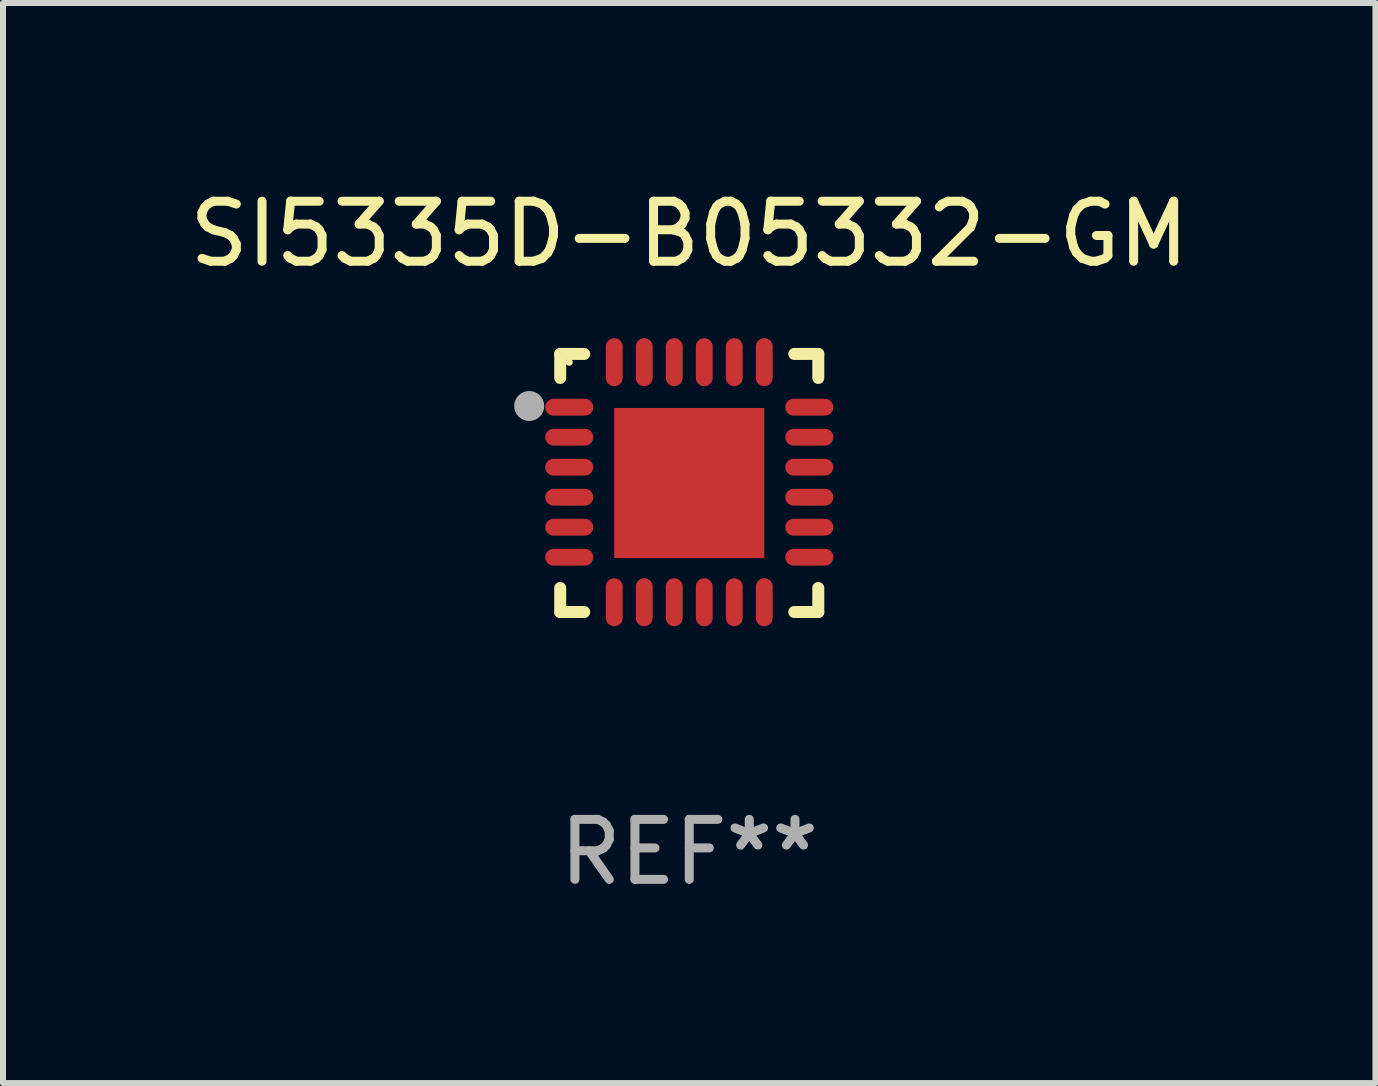
<source format=kicad_pcb>
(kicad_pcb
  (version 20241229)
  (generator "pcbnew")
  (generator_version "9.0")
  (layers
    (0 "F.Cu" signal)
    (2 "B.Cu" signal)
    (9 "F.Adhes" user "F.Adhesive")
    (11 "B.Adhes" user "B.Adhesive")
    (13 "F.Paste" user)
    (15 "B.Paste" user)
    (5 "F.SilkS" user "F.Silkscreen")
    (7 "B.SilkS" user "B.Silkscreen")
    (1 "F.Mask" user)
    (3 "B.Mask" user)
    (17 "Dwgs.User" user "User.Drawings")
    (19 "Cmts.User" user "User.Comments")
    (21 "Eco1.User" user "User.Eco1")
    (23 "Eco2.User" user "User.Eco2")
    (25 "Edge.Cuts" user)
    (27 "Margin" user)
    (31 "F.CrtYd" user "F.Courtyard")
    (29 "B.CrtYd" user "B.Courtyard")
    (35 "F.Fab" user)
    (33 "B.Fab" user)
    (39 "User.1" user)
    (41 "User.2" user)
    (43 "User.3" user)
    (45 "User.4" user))
  (footprint "SI5335D-B05332-GM"
    (layer "F.Cu")
    (at 8.435 4.998)
    (property "Reference" "SI5335D-B05332-GM" (at 0 -4.15 0) (layer "F.SilkS") (effects (font (size 1 1) (thickness 0.15))))
    (attr through_hole)
    (fp_line (start -2.15 -2.15) (end -1.75 -2.15) (stroke (width 0.2) (type solid)) (layer "F.SilkS"))
    (fp_line (start -2.15 -1.75) (end -2.15 -2.15) (stroke (width 0.2) (type solid)) (layer "F.SilkS"))
    (fp_line (start -2.15 2.15) (end -2.15 1.75) (stroke (width 0.2) (type solid)) (layer "F.SilkS"))
    (fp_line (start -1.75 2.15) (end -2.15 2.15) (stroke (width 0.2) (type solid)) (layer "F.SilkS"))
    (fp_line (start 1.75 -2.15) (end 2.15 -2.15) (stroke (width 0.2) (type solid)) (layer "F.SilkS"))
    (fp_line (start 1.75 2.15) (end 2.15 2.15) (stroke (width 0.2) (type solid)) (layer "F.SilkS"))
    (fp_line (start 2.15 -2.15) (end 2.15 -1.75) (stroke (width 0.2) (type solid)) (layer "F.SilkS"))
    (fp_line (start 2.15 2.15) (end 2.15 1.75) (stroke (width 0.2) (type solid)) (layer "F.SilkS"))
    (fp_circle (center -2 -2.013) (end -1.97 -2.013) (stroke (width 0.06) (type solid)) (fill no) (layer "F.SilkS"))
    (fp_circle (center -2.667 -1.283) (end -2.542 -1.283) (stroke (width 0.25) (type solid)) (fill no) (layer "F.Fab"))
    (fp_text user "REF**" (at 0 6.15 0) (layer "F.Fab") (effects (font (size 1 1) (thickness 0.15))))
    (pad "1" smd oval (at -2 -1.263) (size 0.8 0.28) (layers "F.Cu" "F.Mask" "F.Paste"))
    (pad "2" smd oval (at -2 -0.763) (size 0.8 0.28) (layers "F.Cu" "F.Mask" "F.Paste"))
    (pad "3" smd oval (at -2 -0.263) (size 0.8 0.28) (layers "F.Cu" "F.Mask" "F.Paste"))
    (pad "4" smd oval (at -2 0.237) (size 0.8 0.28) (layers "F.Cu" "F.Mask" "F.Paste"))
    (pad "5" smd oval (at -2 0.737) (size 0.8 0.28) (layers "F.Cu" "F.Mask" "F.Paste"))
    (pad "6" smd oval (at -2 1.237) (size 0.8 0.28) (layers "F.Cu" "F.Mask" "F.Paste"))
    (pad "7" smd oval (at -1.25 1.987) (size 0.28 0.8) (layers "F.Cu" "F.Mask" "F.Paste"))
    (pad "8" smd oval (at -0.75 1.987) (size 0.28 0.8) (layers "F.Cu" "F.Mask" "F.Paste"))
    (pad "9" smd oval (at -0.25 1.987) (size 0.28 0.8) (layers "F.Cu" "F.Mask" "F.Paste"))
    (pad "10" smd oval (at 0.25 1.987) (size 0.28 0.8) (layers "F.Cu" "F.Mask" "F.Paste"))
    (pad "11" smd oval (at 0.75 1.987) (size 0.28 0.8) (layers "F.Cu" "F.Mask" "F.Paste"))
    (pad "12" smd oval (at 1.25 1.987) (size 0.28 0.8) (layers "F.Cu" "F.Mask" "F.Paste"))
    (pad "13" smd oval (at 2 1.237) (size 0.8 0.28) (layers "F.Cu" "F.Mask" "F.Paste"))
    (pad "14" smd oval (at 2 0.737) (size 0.8 0.28) (layers "F.Cu" "F.Mask" "F.Paste"))
    (pad "15" smd oval (at 2 0.237) (size 0.8 0.28) (layers "F.Cu" "F.Mask" "F.Paste"))
    (pad "16" smd oval (at 2 -0.263) (size 0.8 0.28) (layers "F.Cu" "F.Mask" "F.Paste"))
    (pad "17" smd oval (at 2 -0.763) (size 0.8 0.28) (layers "F.Cu" "F.Mask" "F.Paste"))
    (pad "18" smd oval (at 2 -1.263) (size 0.8 0.28) (layers "F.Cu" "F.Mask" "F.Paste"))
    (pad "19" smd oval (at 1.25 -2.013) (size 0.28 0.8) (layers "F.Cu" "F.Mask" "F.Paste"))
    (pad "20" smd oval (at 0.75 -2.013) (size 0.28 0.8) (layers "F.Cu" "F.Mask" "F.Paste"))
    (pad "21" smd oval (at 0.25 -2.013) (size 0.28 0.8) (layers "F.Cu" "F.Mask" "F.Paste"))
    (pad "22" smd oval (at -0.25 -2.013) (size 0.28 0.8) (layers "F.Cu" "F.Mask" "F.Paste"))
    (pad "23" smd oval (at -0.75 -2.013) (size 0.28 0.8) (layers "F.Cu" "F.Mask" "F.Paste"))
    (pad "24" smd oval (at -1.25 -2.013) (size 0.28 0.8) (layers "F.Cu" "F.Mask" "F.Paste"))
    (pad "25" smd rect (at -0.000127 -0.00014) (size 2.5 2.5) (layers "F.Cu" "F.Mask" "F.Paste")))
  (gr_rect
    (start -3 -3)
    (end 19.869 14.997)
    (stroke (width 0.1) (type default))
    (fill no)
    (layer "Edge.Cuts")))
</source>
